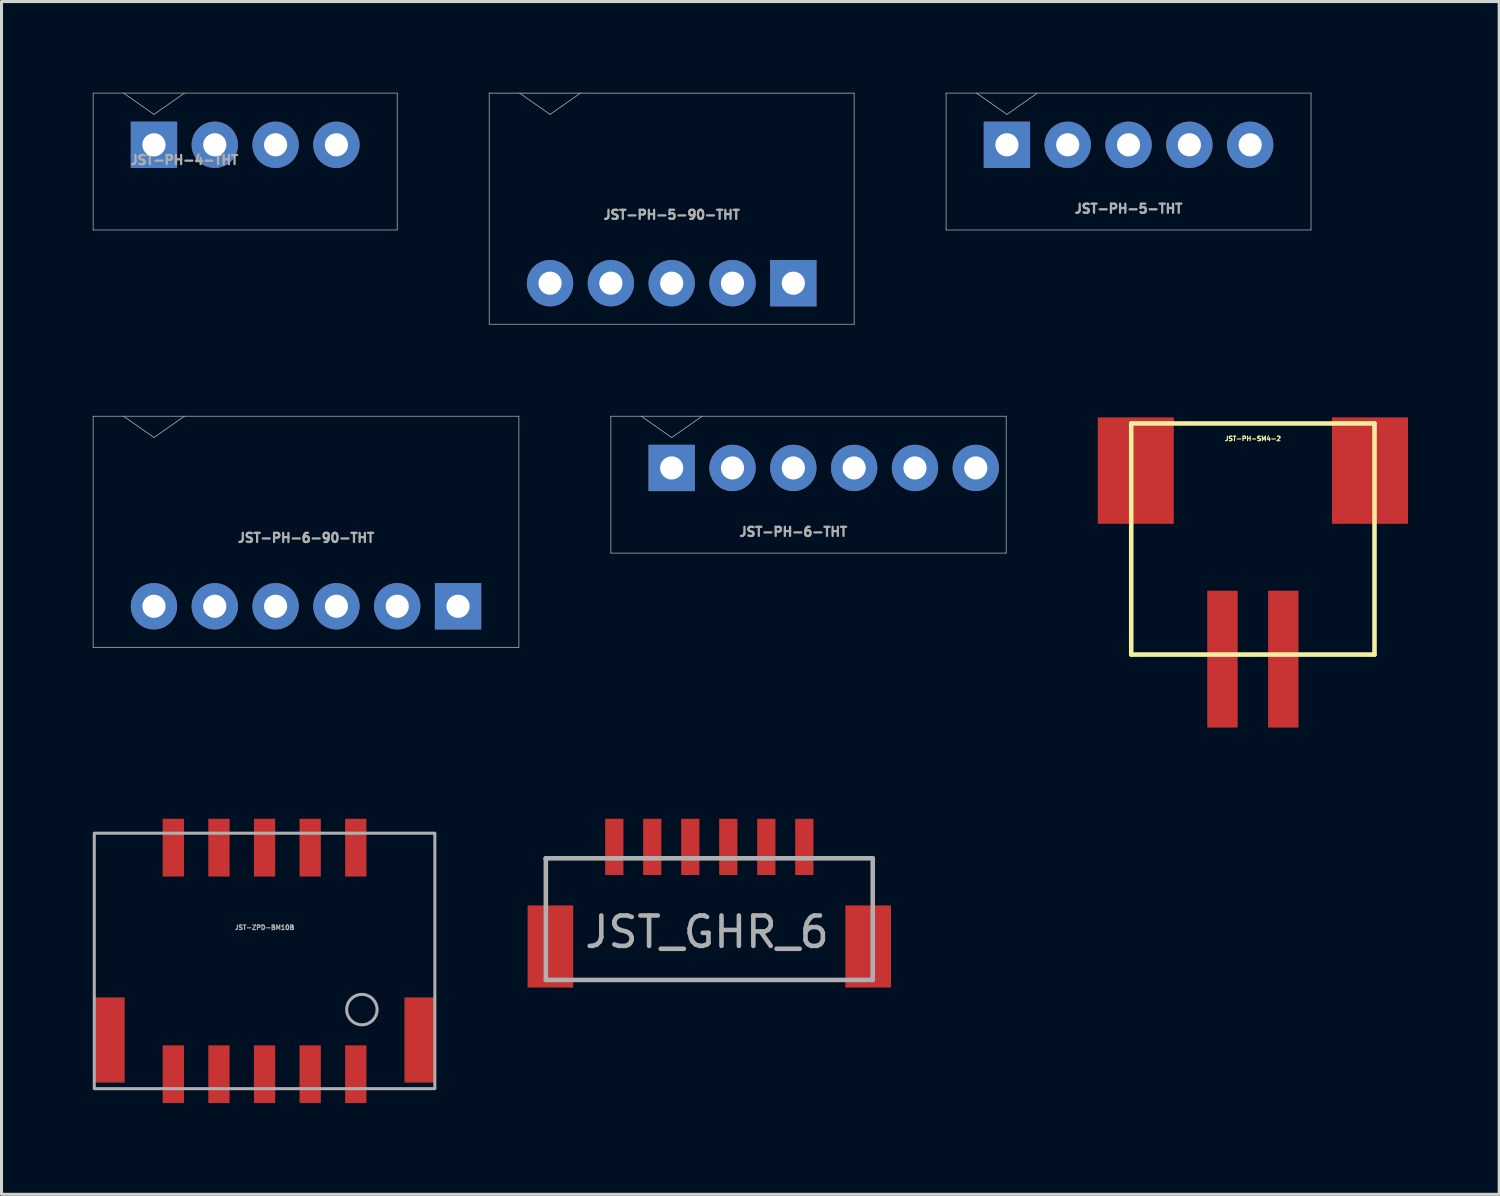
<source format=kicad_pcb>
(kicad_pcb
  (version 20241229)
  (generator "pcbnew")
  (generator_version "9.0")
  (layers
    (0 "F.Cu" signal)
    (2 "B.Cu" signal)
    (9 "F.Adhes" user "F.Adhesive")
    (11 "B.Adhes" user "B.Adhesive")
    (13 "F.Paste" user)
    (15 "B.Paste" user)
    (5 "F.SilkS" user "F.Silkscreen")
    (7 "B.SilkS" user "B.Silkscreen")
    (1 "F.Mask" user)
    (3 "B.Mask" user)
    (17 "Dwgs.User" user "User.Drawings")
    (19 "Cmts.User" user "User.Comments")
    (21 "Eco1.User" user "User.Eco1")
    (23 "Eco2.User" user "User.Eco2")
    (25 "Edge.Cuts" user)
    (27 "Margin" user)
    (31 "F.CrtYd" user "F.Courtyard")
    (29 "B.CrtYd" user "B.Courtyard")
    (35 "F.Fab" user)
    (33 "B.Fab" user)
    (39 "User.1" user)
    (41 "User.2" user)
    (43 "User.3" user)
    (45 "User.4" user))
  (footprint "JST-PH-5-90-THT"
    (layer "F.Cu")
    (at 19.038 6.263)
    (property "Reference" "JST-PH-5-90-THT" (at 0 -2.25 0) (layer "F.Fab") (effects (font (size 0.3 0.3) (thickness 0.075))))
    (attr through_hole)
    (fp_line (start -6 -6.25) (end 6 -6.25) (stroke (width 0.025) (type solid)) (layer "F.Fab"))
    (fp_line (start -6 1.35) (end -6 -6.25) (stroke (width 0.025) (type solid)) (layer "F.Fab"))
    (fp_line (start -5 -6.25) (end -4 -5.55) (stroke (width 0.025) (type solid)) (layer "F.Fab"))
    (fp_line (start -4 -5.55) (end -3 -6.25) (stroke (width 0.025) (type solid)) (layer "F.Fab"))
    (fp_line (start 6 -6.25) (end 6 1.35) (stroke (width 0.025) (type solid)) (layer "F.Fab"))
    (fp_line (start 6 1.35) (end -6 1.35) (stroke (width 0.025) (type solid)) (layer "F.Fab"))
    (pad "1" thru_hole rect (at 4 0) (size 1.524 1.524) (drill 0.762) (layers "*.Cu" "*.Mask"))
    (pad "2" thru_hole circle (at 2 0) (size 1.524 1.524) (drill 0.762) (layers "*.Cu" "*.Mask"))
    (pad "3" thru_hole circle (at 0 0) (size 1.524 1.524) (drill 0.762) (layers "*.Cu" "*.Mask"))
    (pad "4" thru_hole circle (at -2 0) (size 1.524 1.524) (drill 0.762) (layers "*.Cu" "*.Mask"))
    (pad "5" thru_hole circle (at -4 0) (size 1.524 1.524) (drill 0.762) (layers "*.Cu" "*.Mask")))
  (footprint "JST-ZPD-BM10B"
    (layer "F.Cu")
    (at 5.65 28.55)
    (property "Reference" "JST-ZPD-BM10B" (at 0 -1.1 0) (unlocked yes) (layer "F.Fab") (effects (font (size 0.15 0.15) (thickness 0.037))))
    (attr smd)
    (fp_rect (start -5.6 -4.2) (end 5.6 4.2) (stroke (width 0.1) (type default)) (fill no) (layer "F.Fab"))
    (fp_circle (center 3.2 1.6) (end 3.5 2) (stroke (width 0.1) (type default)) (fill no) (layer "F.Fab"))
    (pad "" smd rect (at -5.1 2.6) (size 1 2.8) (layers "F.Cu" "F.Mask" "F.Paste"))
    (pad "" smd rect (at 5.1 2.6) (size 1 2.8) (layers "F.Cu" "F.Mask" "F.Paste"))
    (pad "1" smd rect (at 3 3.725) (size 0.7 1.9) (layers "F.Cu" "F.Mask" "F.Paste"))
    (pad "2" smd rect (at 3 -3.725) (size 0.7 1.9) (layers "F.Cu" "F.Mask" "F.Paste"))
    (pad "3" smd rect (at 1.5 3.725) (size 0.7 1.9) (layers "F.Cu" "F.Mask" "F.Paste"))
    (pad "4" smd rect (at 1.5 -3.725) (size 0.7 1.9) (layers "F.Cu" "F.Mask" "F.Paste"))
    (pad "5" smd rect (at 0 3.725) (size 0.7 1.9) (layers "F.Cu" "F.Mask" "F.Paste"))
    (pad "6" smd rect (at 0 -3.725) (size 0.7 1.9) (layers "F.Cu" "F.Mask" "F.Paste"))
    (pad "7" smd rect (at -1.5 3.725) (size 0.7 1.9) (layers "F.Cu" "F.Mask" "F.Paste"))
    (pad "8" smd rect (at -1.5 -3.725) (size 0.7 1.9) (layers "F.Cu" "F.Mask" "F.Paste"))
    (pad "9" smd rect (at -3 3.725) (size 0.7 1.9) (layers "F.Cu" "F.Mask" "F.Paste"))
    (pad "10" smd rect (at -3 -3.725) (size 0.7 1.9) (layers "F.Cu" "F.Mask" "F.Paste")))
  (footprint "JST-PH-4-THT"
    (layer "F.Cu")
    (at 5.013 1.712)
    (property "Reference" "JST-PH-4-THT" (at -2 0.5 0) (layer "F.Fab") (effects (font (size 0.3 0.3) (thickness 0.075))))
    (attr through_hole)
    (fp_line (start -5 -1.7) (end 5 -1.7) (stroke (width 0.025) (type solid)) (layer "F.Fab"))
    (fp_line (start -5 2.8) (end -5 -1.7) (stroke (width 0.025) (type solid)) (layer "F.Fab"))
    (fp_line (start -4 -1.7) (end -3 -1) (stroke (width 0.025) (type solid)) (layer "F.Fab"))
    (fp_line (start -3 -1) (end -2 -1.7) (stroke (width 0.025) (type solid)) (layer "F.Fab"))
    (fp_line (start 5 -1.7) (end 5 2.8) (stroke (width 0.025) (type solid)) (layer "F.Fab"))
    (fp_line (start 5 2.8) (end -5 2.8) (stroke (width 0.025) (type solid)) (layer "F.Fab"))
    (pad "1" thru_hole rect (at -3 0) (size 1.524 1.524) (drill 0.762) (layers "*.Cu" "*.Mask"))
    (pad "2" thru_hole circle (at -1 0) (size 1.524 1.524) (drill 0.762) (layers "*.Cu" "*.Mask"))
    (pad "3" thru_hole circle (at 1 0) (size 1.524 1.524) (drill 0.762) (layers "*.Cu" "*.Mask"))
    (pad "4" thru_hole circle (at 3 0) (size 1.524 1.524) (drill 0.762) (layers "*.Cu" "*.Mask")))
  (footprint "JST-PH-5-THT"
    (layer "F.Cu")
    (at 34.062 1.712)
    (property "Reference" "JST-PH-5-THT" (at 0 2.1 0) (layer "F.Fab") (effects (font (size 0.3 0.3) (thickness 0.075))))
    (attr through_hole)
    (fp_line (start -6 -1.7) (end 6 -1.7) (stroke (width 0.025) (type solid)) (layer "F.Fab"))
    (fp_line (start -6 2.8) (end -6 -1.7) (stroke (width 0.025) (type solid)) (layer "F.Fab"))
    (fp_line (start -5 -1.7) (end -4 -1) (stroke (width 0.025) (type solid)) (layer "F.Fab"))
    (fp_line (start -4 -1) (end -3 -1.7) (stroke (width 0.025) (type solid)) (layer "F.Fab"))
    (fp_line (start 6 -1.7) (end 6 2.8) (stroke (width 0.025) (type solid)) (layer "F.Fab"))
    (fp_line (start 6 2.8) (end -6 2.8) (stroke (width 0.025) (type solid)) (layer "F.Fab"))
    (pad "1" thru_hole rect (at -4 0) (size 1.524 1.524) (drill 0.762) (layers "*.Cu" "*.Mask"))
    (pad "2" thru_hole circle (at -2 0) (size 1.524 1.524) (drill 0.762) (layers "*.Cu" "*.Mask"))
    (pad "3" thru_hole circle (at 0 0) (size 1.524 1.524) (drill 0.762) (layers "*.Cu" "*.Mask"))
    (pad "4" thru_hole circle (at 2 0) (size 1.524 1.524) (drill 0.762) (layers "*.Cu" "*.Mask"))
    (pad "5" thru_hole circle (at 4 0) (size 1.524 1.524) (drill 0.762) (layers "*.Cu" "*.Mask")))
  (footprint "JST_GHR_6"
    (layer "F.Cu")
    (at 20.275 27.15)
    (property "Reference" "JST_GHR_6" (at -0.075 0.45 0) (layer "F.Fab") (effects (font (size 1 1) (thickness 0.15))))
    (attr through_hole)
    (fp_line (start -5.375 -1.95) (end -5.375 -1.975) (stroke (width 0.15) (type solid)) (layer "F.SilkS"))
    (fp_line (start -5.375 -1.975) (end 5.375 -1.975) (stroke (width 0.15) (type solid)) (layer "F.Fab"))
    (fp_line (start -5.375 2.025) (end -5.375 -1.95) (stroke (width 0.15) (type solid)) (layer "F.Fab"))
    (fp_line (start 5.375 -1.975) (end 5.375 2.025) (stroke (width 0.15) (type solid)) (layer "F.Fab"))
    (fp_line (start 5.375 2.025) (end -5.375 2.025) (stroke (width 0.15) (type solid)) (layer "F.Fab"))
    (pad "1" smd rect (at -3.125 -2.35) (size 0.6 1.85) (layers "F.Cu" "F.Mask" "F.Paste"))
    (pad "2" smd rect (at -1.875 -2.35) (size 0.6 1.85) (layers "F.Cu" "F.Mask" "F.Paste"))
    (pad "3" smd rect (at -0.625 -2.35) (size 0.6 1.85) (layers "F.Cu" "F.Mask" "F.Paste"))
    (pad "4" smd rect (at 0.625 -2.35) (size 0.6 1.85) (layers "F.Cu" "F.Mask" "F.Paste"))
    (pad "5" smd rect (at 1.875 -2.35) (size 0.6 1.85) (layers "F.Cu" "F.Mask" "F.Paste"))
    (pad "6" smd rect (at 3.125 -2.35) (size 0.6 1.85) (layers "F.Cu" "F.Mask" "F.Paste"))
    (pad "EP" smd rect (at -5.225 0.925) (size 1.5 2.7) (layers "F.Cu" "F.Mask" "F.Paste"))
    (pad "EP" smd rect (at 5.225 0.925) (size 1.5 2.7) (layers "F.Cu" "F.Mask" "F.Paste")))
  (footprint "JST-PH-SM4-2"
    (layer "F.Cu")
    (at 38.15 10.875)
    (property "Reference" "JST-PH-SM4-2" (at 0 0.5 0) (layer "F.SilkS") (effects (font (size 0.15 0.15) (thickness 0.037))))
    (attr through_hole)
    (fp_line (start -4 0) (end 4 0) (stroke (width 0.15) (type solid)) (layer "F.SilkS"))
    (fp_line (start -4 7.6) (end -4 0) (stroke (width 0.15) (type solid)) (layer "F.SilkS"))
    (fp_line (start 4 0) (end 4 7.6) (stroke (width 0.15) (type solid)) (layer "F.SilkS"))
    (fp_line (start 4 7.6) (end -4 7.6) (stroke (width 0.15) (type solid)) (layer "F.SilkS"))
    (pad "" connect rect (at -3.85 1.55) (size 2.5 3.5) (layers "F.Cu" "F.Mask"))
    (pad "" connect rect (at 3.85 1.55) (size 2.5 3.5) (layers "F.Cu" "F.Mask"))
    (pad "1" smd rect (at 1 7.75) (size 1 4.5) (layers "F.Cu" "F.Mask" "F.Paste"))
    (pad "2" smd rect (at -1 7.75) (size 1 4.5) (layers "F.Cu" "F.Mask" "F.Paste")))
  (footprint "JST-PH-6-90-THT"
    (layer "F.Cu")
    (at 7.013 16.887)
    (property "Reference" "JST-PH-6-90-THT" (at 0 -2.25 0) (layer "F.Fab") (effects (font (size 0.3 0.3) (thickness 0.075))))
    (attr through_hole)
    (fp_line (start -7 -6.25) (end 7 -6.25) (stroke (width 0.025) (type solid)) (layer "F.Fab"))
    (fp_line (start -7 1.35) (end -7 -6.25) (stroke (width 0.025) (type solid)) (layer "F.Fab"))
    (fp_line (start -6 -6.25) (end -5 -5.55) (stroke (width 0.025) (type solid)) (layer "F.Fab"))
    (fp_line (start -5 -5.55) (end -4 -6.25) (stroke (width 0.025) (type solid)) (layer "F.Fab"))
    (fp_line (start 7 -6.25) (end 7 1.35) (stroke (width 0.025) (type solid)) (layer "F.Fab"))
    (fp_line (start 7 1.35) (end -7 1.35) (stroke (width 0.025) (type solid)) (layer "F.Fab"))
    (pad "1" thru_hole rect (at 5 0) (size 1.524 1.524) (drill 0.762) (layers "*.Cu" "*.Mask"))
    (pad "2" thru_hole circle (at 3 0) (size 1.524 1.524) (drill 0.762) (layers "*.Cu" "*.Mask"))
    (pad "3" thru_hole circle (at 1 0) (size 1.524 1.524) (drill 0.762) (layers "*.Cu" "*.Mask"))
    (pad "4" thru_hole circle (at -1 0) (size 1.524 1.524) (drill 0.762) (layers "*.Cu" "*.Mask"))
    (pad "5" thru_hole circle (at -3 0) (size 1.524 1.524) (drill 0.762) (layers "*.Cu" "*.Mask"))
    (pad "6" thru_hole circle (at -5 0) (size 1.524 1.524) (drill 0.762) (layers "*.Cu" "*.Mask")))
  (footprint "JST-PH-6-THT"
    (layer "F.Cu")
    (at 24.038 12.338)
    (property "Reference" "JST-PH-6-THT" (at -1 2.1 0) (layer "F.Fab") (effects (font (size 0.3 0.3) (thickness 0.075))))
    (attr through_hole)
    (fp_line (start -7 -1.7) (end 6 -1.7) (stroke (width 0.025) (type solid)) (layer "F.Fab"))
    (fp_line (start -7 2.8) (end -7 -1.7) (stroke (width 0.025) (type solid)) (layer "F.Fab"))
    (fp_line (start -6 -1.7) (end -5 -1) (stroke (width 0.025) (type solid)) (layer "F.Fab"))
    (fp_line (start -5 -1) (end -4 -1.7) (stroke (width 0.025) (type solid)) (layer "F.Fab"))
    (fp_line (start 6 -1.7) (end 6 2.8) (stroke (width 0.025) (type solid)) (layer "F.Fab"))
    (fp_line (start 6 2.8) (end -7 2.8) (stroke (width 0.025) (type solid)) (layer "F.Fab"))
    (pad "1" thru_hole rect (at -5 0) (size 1.524 1.524) (drill 0.762) (layers "*.Cu" "*.Mask"))
    (pad "2" thru_hole circle (at -3 0) (size 1.524 1.524) (drill 0.762) (layers "*.Cu" "*.Mask"))
    (pad "3" thru_hole circle (at -1 0) (size 1.524 1.524) (drill 0.762) (layers "*.Cu" "*.Mask"))
    (pad "4" thru_hole circle (at 1 0) (size 1.524 1.524) (drill 0.762) (layers "*.Cu" "*.Mask"))
    (pad "5" thru_hole circle (at 3 0) (size 1.524 1.524) (drill 0.762) (layers "*.Cu" "*.Mask"))
    (pad "6" thru_hole circle (at 5 0) (size 1.524 1.524) (drill 0.762) (layers "*.Cu" "*.Mask")))
  (gr_rect
    (start -3 -3)
    (end 46.25 36.225)
    (stroke (width 0.1) (type default))
    (fill no)
    (layer "Edge.Cuts")))
</source>
